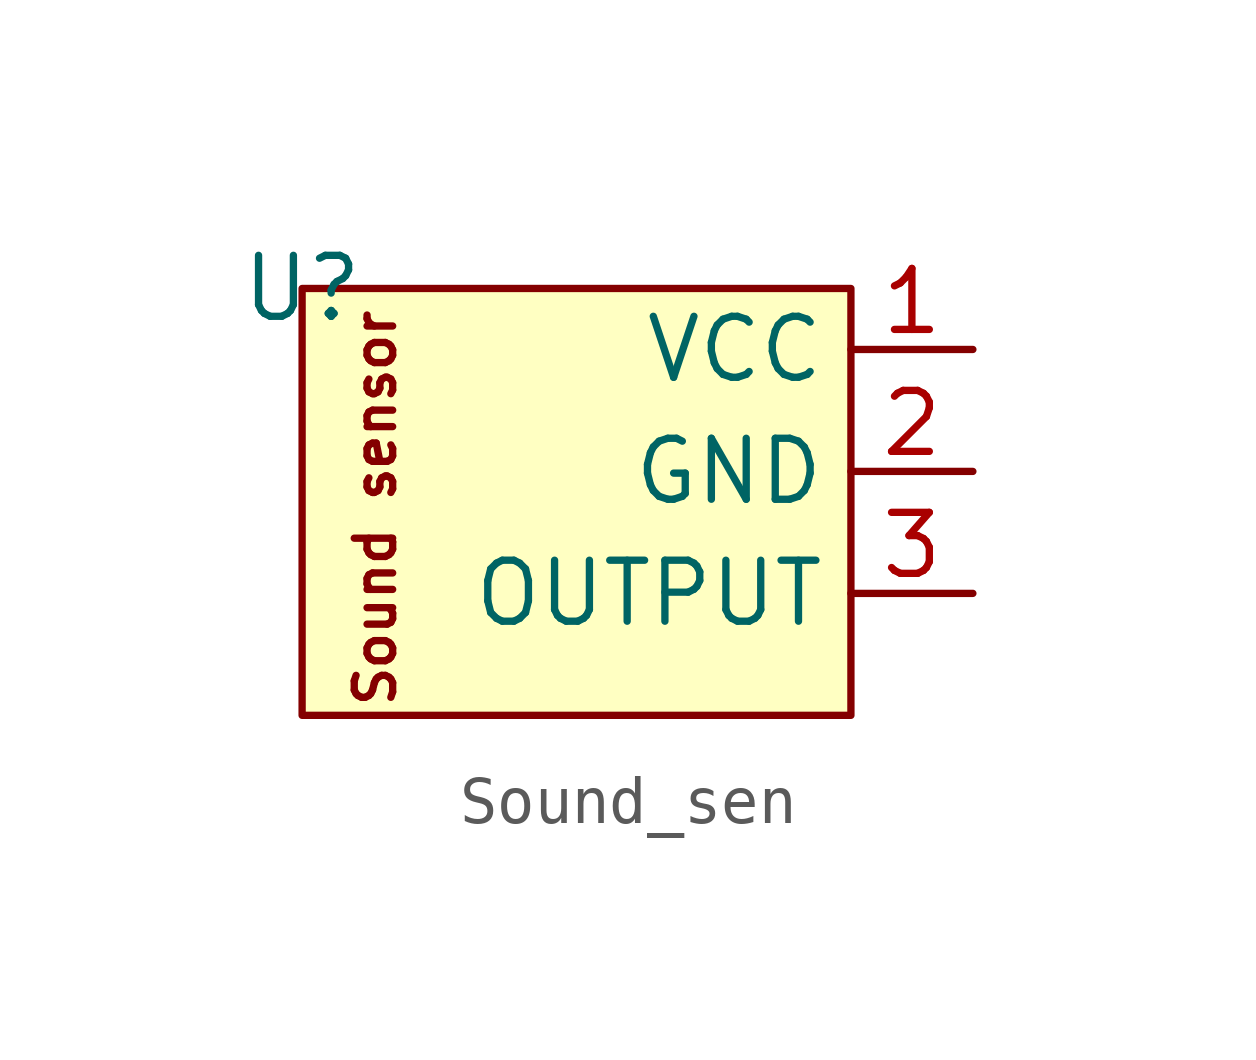
<source format=kicad_sym>
(kicad_symbol_lib
  (version 20241209)
  (generator "kicad_symbol_editor")
  (generator_version "9.0")
  (symbol "Sound_sen"
    (power)
    (property "Reference" "U"
      (at 0 0 0)
      (effects (font (size 1.27 1.27))))
    (property "Value" ""
      (at 0 0 0)
      (effects (font (size 1.27 1.27))))
    (symbol "Sound_sen_1_1"
      (rectangle (start 0 0) (end 11.43 -8.89) (stroke (width 0) (type solid)) (fill (type background)))
      (text "Sound sensor\n" (at 1.524 -4.572 900) (effects (font (size 0.8 0.8))))
      (pin power_in line (at 13.97 -1.27 180) (length 2.54) (name "VCC" (effects (font (size 1.27 1.27)))) (number "1" (effects (font (size 1.27 1.27)))))
      (pin power_in line (at 13.97 -3.81 180) (length 2.54) (name "GND" (effects (font (size 1.27 1.27)))) (number "2" (effects (font (size 1.27 1.27)))))
      (pin output line (at 13.97 -6.35 180) (length 2.54) (name "OUTPUT" (effects (font (size 1.27 1.27)))) (number "3" (effects (font (size 1.27 1.27))))))))
</source>
